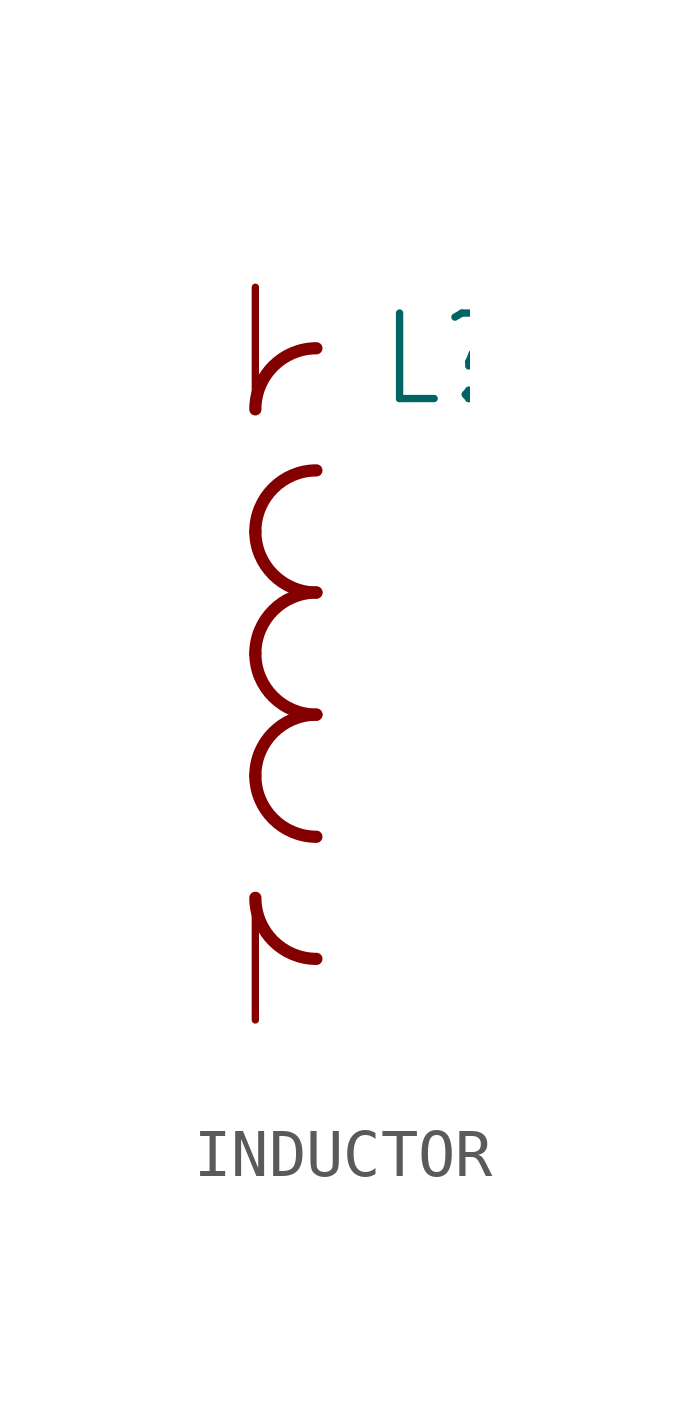
<source format=kicad_sym>
(kicad_symbol_lib
  (version 20241209)
  (generator "kicad_symbol_editor")
  (generator_version "9.0")
  (symbol "INDUCTOR"
    (property "Reference" "L"
      (at 2.54 5.08 0)
      (effects (font (size 1.778 1.511)) (justify left bottom)))
    (property "Value" ""
      (at 2.54 -5.08 0)
      (effects (font (size 1.778 1.511)) (justify left bottom)))
    (property "ki_locked" ""
      (at 0 0 0)
      (effects (font (size 1.27 1.27))))
    (symbol "INDUCTOR_1_0"
      (arc (start 0 5.08) (mid 0.372 5.978) (end 1.27 6.35) (stroke (width 0.254) (type solid)) (fill (type none)))
      (arc (start 0 2.54) (mid 0.372 3.438) (end 1.27 3.81) (stroke (width 0.254) (type solid)) (fill (type none)))
      (arc (start 1.27 1.27) (mid 0.372 1.642) (end 0 2.54) (stroke (width 0.254) (type solid)) (fill (type none)))
      (arc (start 0 0) (mid 0.372 0.898) (end 1.27 1.27) (stroke (width 0.254) (type solid)) (fill (type none)))
      (arc (start 1.27 -1.27) (mid 0.372 -0.898) (end 0 0) (stroke (width 0.254) (type solid)) (fill (type none)))
      (arc (start 0 -2.54) (mid 0.372 -1.642) (end 1.27 -1.27) (stroke (width 0.254) (type solid)) (fill (type none)))
      (arc (start 1.27 -3.81) (mid 0.372 -3.438) (end 0 -2.54) (stroke (width 0.254) (type solid)) (fill (type none)))
      (arc (start 1.27 -6.35) (mid 0.372 -5.978) (end 0 -5.08) (stroke (width 0.254) (type solid)) (fill (type none)))
      (pin passive line (at 0 7.62 270) (length 2.54) (name "1" (effects (font (size 0 0)))) (number "P$1" (effects (font (size 0 0)))))
      (pin passive line (at 0 -7.62 90) (length 2.54) (name "2" (effects (font (size 0 0)))) (number "P$2" (effects (font (size 0 0))))))))
</source>
